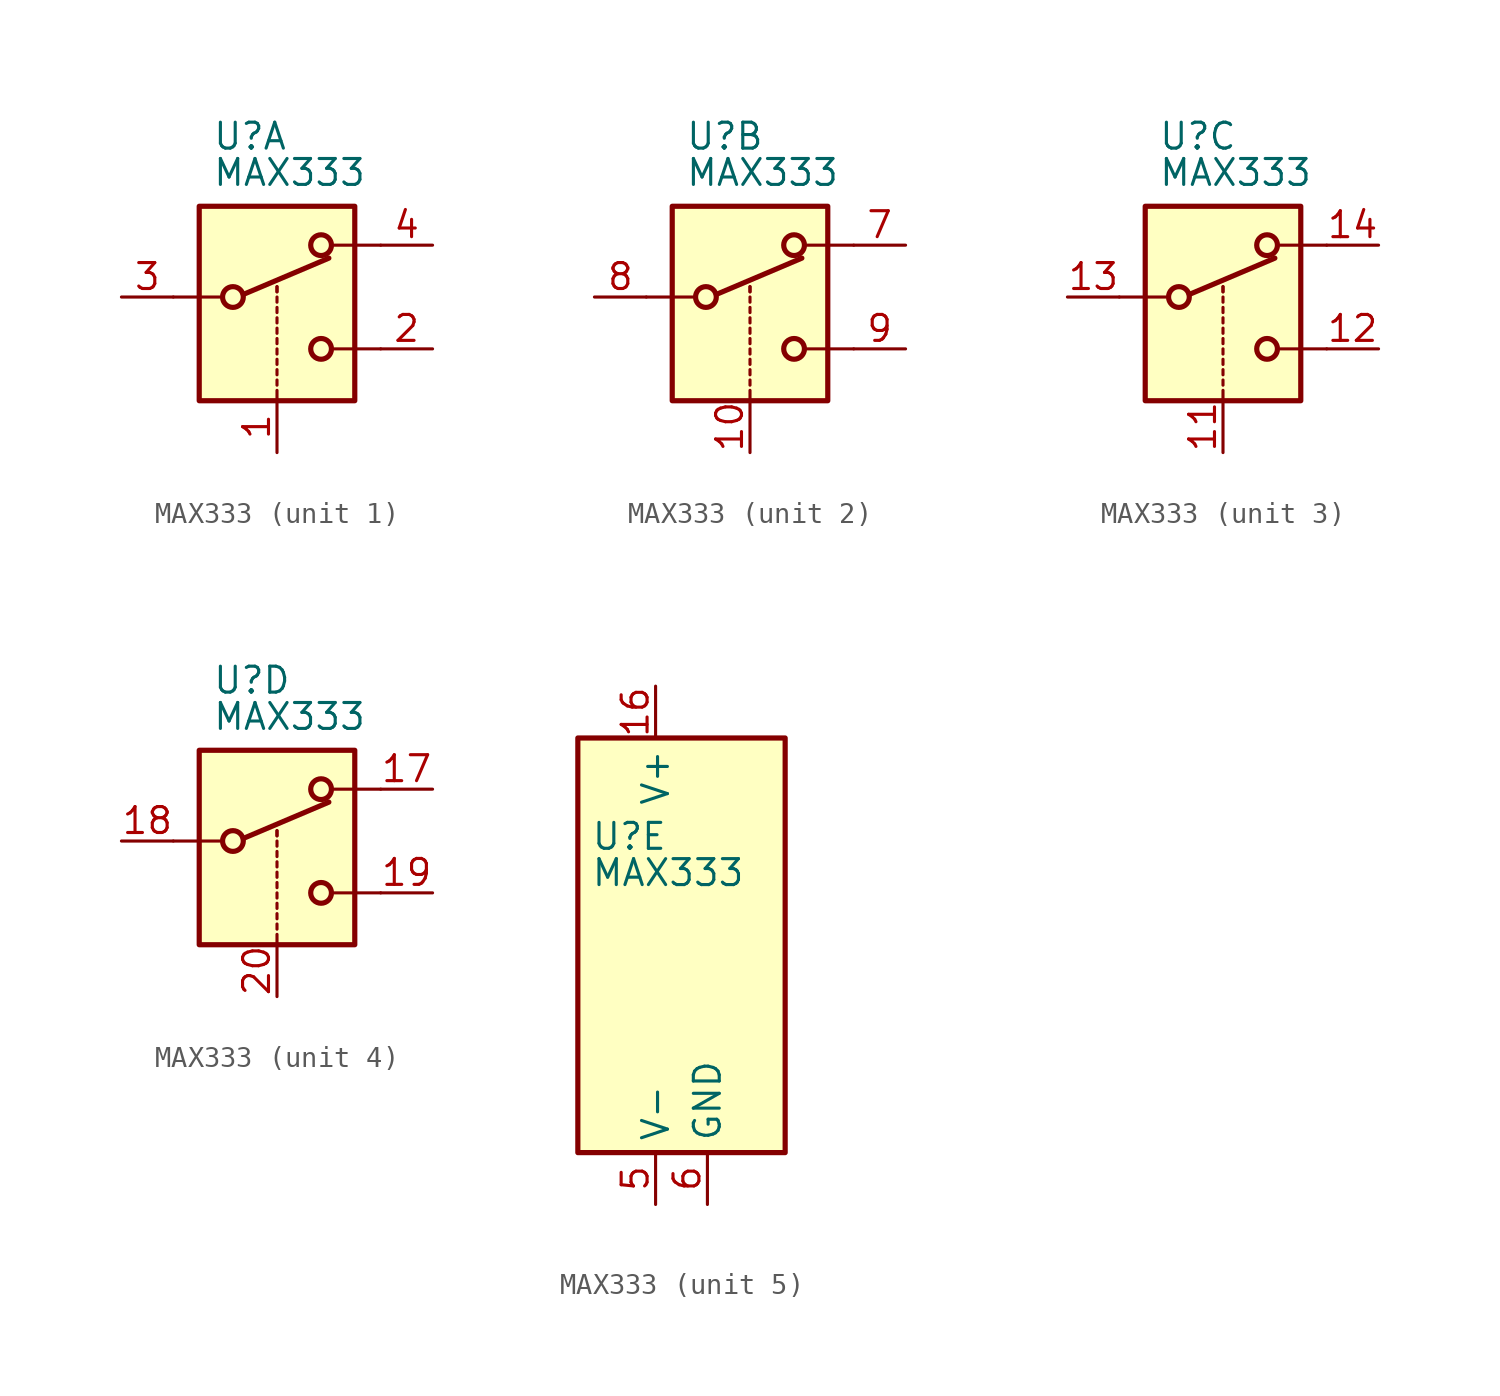
<source format=kicad_sym>
(kicad_symbol_lib
  (version 20220914)
  (generator kicad_symbol_editor)
  (symbol "MAX333"
    (property "Reference" "U"
      (at -3.175 5.334 0)
      (effects (font (size 1.27 1.27)) (justify left)))
    (property "Value" "MAX333"
      (at -3.175 3.556 0)
      (effects (font (size 1.27 1.27)) (justify left)))
    (symbol "MAX333_1_1"
      (rectangle (start -3.81 1.905) (end 3.81 -7.62) (stroke (width 0.254) (type default)) (fill (type background)))
      (circle (center -2.159 -2.54) (radius 0.508) (stroke (width 0.254) (type default)) (fill (type none)))
      (polyline (pts (xy -5.08 -2.54) (xy -2.794 -2.54)) (stroke (width 0) (type default)) (fill (type none)))
      (polyline (pts (xy -1.651 -2.413) (xy 2.54 -0.635)) (stroke (width 0.254) (type default)) (fill (type none)))
      (polyline (pts (xy 0 -7.62) (xy 0 -7.112)) (stroke (width 0) (type default)) (fill (type none)))
      (polyline (pts (xy 0 -6.858) (xy 0 -6.604)) (stroke (width 0) (type default)) (fill (type none)))
      (polyline (pts (xy 0 -6.35) (xy 0 -6.096)) (stroke (width 0) (type default)) (fill (type none)))
      (polyline (pts (xy 0 -5.842) (xy 0 -5.588)) (stroke (width 0) (type default)) (fill (type none)))
      (polyline (pts (xy 0 -5.334) (xy 0 -5.08)) (stroke (width 0) (type default)) (fill (type none)))
      (polyline (pts (xy 0 -4.826) (xy 0 -4.572)) (stroke (width 0) (type default)) (fill (type none)))
      (polyline (pts (xy 0 -4.318) (xy 0 -4.064)) (stroke (width 0) (type default)) (fill (type none)))
      (polyline (pts (xy 0 -3.81) (xy 0 -3.556)) (stroke (width 0) (type default)) (fill (type none)))
      (polyline (pts (xy 0 -3.302) (xy 0 -3.048)) (stroke (width 0) (type default)) (fill (type none)))
      (polyline (pts (xy 0 -2.794) (xy 0 -2.54)) (stroke (width 0) (type default)) (fill (type none)))
      (polyline (pts (xy 0 -2.286) (xy 0 -2.032)) (stroke (width 0) (type default)) (fill (type none)))
      (polyline (pts (xy 0 -2.286) (xy 0 -2.032)) (stroke (width 0) (type default)) (fill (type none)))
      (polyline (pts (xy 5.08 -5.08) (xy 2.794 -5.08)) (stroke (width 0) (type default)) (fill (type none)))
      (polyline (pts (xy 5.08 0) (xy 2.794 0)) (stroke (width 0) (type default)) (fill (type none)))
      (circle (center 2.159 -5.08) (radius 0.508) (stroke (width 0.254) (type default)) (fill (type none)))
      (circle (center 2.159 0) (radius 0.508) (stroke (width 0.254) (type default)) (fill (type none)))
      (pin input line (at 0 -10.16 90) (length 2.54) (name "~" (effects (font (size 1.27 1.27)))) (number "1" (effects (font (size 1.27 1.27)))))
      (pin passive line (at 7.62 -5.08 180) (length 2.54) (name "~" (effects (font (size 1.27 1.27)))) (number "2" (effects (font (size 1.27 1.27)))))
      (pin passive line (at -7.62 -2.54 0) (length 2.54) (name "~" (effects (font (size 1.27 1.27)))) (number "3" (effects (font (size 1.27 1.27)))))
      (pin passive line (at 7.62 0 180) (length 2.54) (name "~" (effects (font (size 1.27 1.27)))) (number "4" (effects (font (size 1.27 1.27))))))
    (symbol "MAX333_2_1"
      (rectangle (start -3.81 1.905) (end 3.81 -7.62) (stroke (width 0.254) (type default)) (fill (type background)))
      (circle (center -2.159 -2.54) (radius 0.508) (stroke (width 0.254) (type default)) (fill (type none)))
      (polyline (pts (xy -5.08 -2.54) (xy -2.794 -2.54)) (stroke (width 0) (type default)) (fill (type none)))
      (polyline (pts (xy -1.651 -2.413) (xy 2.54 -0.635)) (stroke (width 0.254) (type default)) (fill (type none)))
      (polyline (pts (xy 0 -7.62) (xy 0 -7.112)) (stroke (width 0) (type default)) (fill (type none)))
      (polyline (pts (xy 0 -6.858) (xy 0 -6.604)) (stroke (width 0) (type default)) (fill (type none)))
      (polyline (pts (xy 0 -6.35) (xy 0 -6.096)) (stroke (width 0) (type default)) (fill (type none)))
      (polyline (pts (xy 0 -5.842) (xy 0 -5.588)) (stroke (width 0) (type default)) (fill (type none)))
      (polyline (pts (xy 0 -5.334) (xy 0 -5.08)) (stroke (width 0) (type default)) (fill (type none)))
      (polyline (pts (xy 0 -4.826) (xy 0 -4.572)) (stroke (width 0) (type default)) (fill (type none)))
      (polyline (pts (xy 0 -4.318) (xy 0 -4.064)) (stroke (width 0) (type default)) (fill (type none)))
      (polyline (pts (xy 0 -3.81) (xy 0 -3.556)) (stroke (width 0) (type default)) (fill (type none)))
      (polyline (pts (xy 0 -3.302) (xy 0 -3.048)) (stroke (width 0) (type default)) (fill (type none)))
      (polyline (pts (xy 0 -2.794) (xy 0 -2.54)) (stroke (width 0) (type default)) (fill (type none)))
      (polyline (pts (xy 0 -2.286) (xy 0 -2.032)) (stroke (width 0) (type default)) (fill (type none)))
      (polyline (pts (xy 0 -2.286) (xy 0 -2.032)) (stroke (width 0) (type default)) (fill (type none)))
      (polyline (pts (xy 5.08 -5.08) (xy 2.794 -5.08)) (stroke (width 0) (type default)) (fill (type none)))
      (polyline (pts (xy 5.08 0) (xy 2.794 0)) (stroke (width 0) (type default)) (fill (type none)))
      (circle (center 2.159 -5.08) (radius 0.508) (stroke (width 0.254) (type default)) (fill (type none)))
      (circle (center 2.159 0) (radius 0.508) (stroke (width 0.254) (type default)) (fill (type none)))
      (pin input line (at 0 -10.16 90) (length 2.54) (name "~" (effects (font (size 1.27 1.27)))) (number "10" (effects (font (size 1.27 1.27)))))
      (pin passive line (at 7.62 0 180) (length 2.54) (name "~" (effects (font (size 1.27 1.27)))) (number "7" (effects (font (size 1.27 1.27)))))
      (pin passive line (at -7.62 -2.54 0) (length 2.54) (name "~" (effects (font (size 1.27 1.27)))) (number "8" (effects (font (size 1.27 1.27)))))
      (pin passive line (at 7.62 -5.08 180) (length 2.54) (name "~" (effects (font (size 1.27 1.27)))) (number "9" (effects (font (size 1.27 1.27))))))
    (symbol "MAX333_3_1"
      (rectangle (start -3.81 1.905) (end 3.81 -7.62) (stroke (width 0.254) (type default)) (fill (type background)))
      (circle (center -2.159 -2.54) (radius 0.508) (stroke (width 0.254) (type default)) (fill (type none)))
      (polyline (pts (xy -5.08 -2.54) (xy -2.794 -2.54)) (stroke (width 0) (type default)) (fill (type none)))
      (polyline (pts (xy -1.651 -2.413) (xy 2.54 -0.635)) (stroke (width 0.254) (type default)) (fill (type none)))
      (polyline (pts (xy 0 -7.62) (xy 0 -7.112)) (stroke (width 0) (type default)) (fill (type none)))
      (polyline (pts (xy 0 -6.858) (xy 0 -6.604)) (stroke (width 0) (type default)) (fill (type none)))
      (polyline (pts (xy 0 -6.35) (xy 0 -6.096)) (stroke (width 0) (type default)) (fill (type none)))
      (polyline (pts (xy 0 -5.842) (xy 0 -5.588)) (stroke (width 0) (type default)) (fill (type none)))
      (polyline (pts (xy 0 -5.334) (xy 0 -5.08)) (stroke (width 0) (type default)) (fill (type none)))
      (polyline (pts (xy 0 -4.826) (xy 0 -4.572)) (stroke (width 0) (type default)) (fill (type none)))
      (polyline (pts (xy 0 -4.318) (xy 0 -4.064)) (stroke (width 0) (type default)) (fill (type none)))
      (polyline (pts (xy 0 -3.81) (xy 0 -3.556)) (stroke (width 0) (type default)) (fill (type none)))
      (polyline (pts (xy 0 -3.302) (xy 0 -3.048)) (stroke (width 0) (type default)) (fill (type none)))
      (polyline (pts (xy 0 -2.794) (xy 0 -2.54)) (stroke (width 0) (type default)) (fill (type none)))
      (polyline (pts (xy 0 -2.286) (xy 0 -2.032)) (stroke (width 0) (type default)) (fill (type none)))
      (polyline (pts (xy 0 -2.286) (xy 0 -2.032)) (stroke (width 0) (type default)) (fill (type none)))
      (polyline (pts (xy 5.08 -5.08) (xy 2.794 -5.08)) (stroke (width 0) (type default)) (fill (type none)))
      (polyline (pts (xy 5.08 0) (xy 2.794 0)) (stroke (width 0) (type default)) (fill (type none)))
      (circle (center 2.159 -5.08) (radius 0.508) (stroke (width 0.254) (type default)) (fill (type none)))
      (circle (center 2.159 0) (radius 0.508) (stroke (width 0.254) (type default)) (fill (type none)))
      (pin input line (at 0 -10.16 90) (length 2.54) (name "~" (effects (font (size 1.27 1.27)))) (number "11" (effects (font (size 1.27 1.27)))))
      (pin passive line (at 7.62 -5.08 180) (length 2.54) (name "~" (effects (font (size 1.27 1.27)))) (number "12" (effects (font (size 1.27 1.27)))))
      (pin passive line (at -7.62 -2.54 0) (length 2.54) (name "~" (effects (font (size 1.27 1.27)))) (number "13" (effects (font (size 1.27 1.27)))))
      (pin passive line (at 7.62 0 180) (length 2.54) (name "~" (effects (font (size 1.27 1.27)))) (number "14" (effects (font (size 1.27 1.27))))))
    (symbol "MAX333_4_1"
      (rectangle (start -3.81 1.905) (end 3.81 -7.62) (stroke (width 0.254) (type default)) (fill (type background)))
      (circle (center -2.159 -2.54) (radius 0.508) (stroke (width 0.254) (type default)) (fill (type none)))
      (polyline (pts (xy -5.08 -2.54) (xy -2.794 -2.54)) (stroke (width 0) (type default)) (fill (type none)))
      (polyline (pts (xy -1.651 -2.413) (xy 2.54 -0.635)) (stroke (width 0.254) (type default)) (fill (type none)))
      (polyline (pts (xy 0 -7.62) (xy 0 -7.112)) (stroke (width 0) (type default)) (fill (type none)))
      (polyline (pts (xy 0 -6.858) (xy 0 -6.604)) (stroke (width 0) (type default)) (fill (type none)))
      (polyline (pts (xy 0 -6.35) (xy 0 -6.096)) (stroke (width 0) (type default)) (fill (type none)))
      (polyline (pts (xy 0 -5.842) (xy 0 -5.588)) (stroke (width 0) (type default)) (fill (type none)))
      (polyline (pts (xy 0 -5.334) (xy 0 -5.08)) (stroke (width 0) (type default)) (fill (type none)))
      (polyline (pts (xy 0 -4.826) (xy 0 -4.572)) (stroke (width 0) (type default)) (fill (type none)))
      (polyline (pts (xy 0 -4.318) (xy 0 -4.064)) (stroke (width 0) (type default)) (fill (type none)))
      (polyline (pts (xy 0 -3.81) (xy 0 -3.556)) (stroke (width 0) (type default)) (fill (type none)))
      (polyline (pts (xy 0 -3.302) (xy 0 -3.048)) (stroke (width 0) (type default)) (fill (type none)))
      (polyline (pts (xy 0 -2.794) (xy 0 -2.54)) (stroke (width 0) (type default)) (fill (type none)))
      (polyline (pts (xy 0 -2.286) (xy 0 -2.032)) (stroke (width 0) (type default)) (fill (type none)))
      (polyline (pts (xy 0 -2.286) (xy 0 -2.032)) (stroke (width 0) (type default)) (fill (type none)))
      (polyline (pts (xy 5.08 -5.08) (xy 2.794 -5.08)) (stroke (width 0) (type default)) (fill (type none)))
      (polyline (pts (xy 5.08 0) (xy 2.794 0)) (stroke (width 0) (type default)) (fill (type none)))
      (circle (center 2.159 -5.08) (radius 0.508) (stroke (width 0.254) (type default)) (fill (type none)))
      (circle (center 2.159 0) (radius 0.508) (stroke (width 0.254) (type default)) (fill (type none)))
      (pin passive line (at 7.62 0 180) (length 2.54) (name "~" (effects (font (size 1.27 1.27)))) (number "17" (effects (font (size 1.27 1.27)))))
      (pin passive line (at -7.62 -2.54 0) (length 2.54) (name "~" (effects (font (size 1.27 1.27)))) (number "18" (effects (font (size 1.27 1.27)))))
      (pin passive line (at 7.62 -5.08 180) (length 2.54) (name "~" (effects (font (size 1.27 1.27)))) (number "19" (effects (font (size 1.27 1.27)))))
      (pin input line (at 0 -10.16 90) (length 2.54) (name "~" (effects (font (size 1.27 1.27)))) (number "20" (effects (font (size 1.27 1.27))))))
    (symbol "MAX333_5_0"
      (pin no_connect line (at 2.54 10.16 270) (length 2.54) hide (name "NC" (effects (font (size 1.27 1.27)))) (number "15" (effects (font (size 1.27 1.27)))))
      (pin power_in line (at 0 12.7 270) (length 2.54) (name "V+" (effects (font (size 1.27 1.27)))) (number "16" (effects (font (size 1.27 1.27)))))
      (pin power_in line (at 0 -12.7 90) (length 2.54) (name "V-" (effects (font (size 1.27 1.27)))) (number "5" (effects (font (size 1.27 1.27)))))
      (pin power_in line (at 2.54 -12.7 90) (length 2.54) (name "GND" (effects (font (size 1.27 1.27)))) (number "6" (effects (font (size 1.27 1.27))))))
    (symbol "MAX333_5_1"
      (rectangle (start -3.81 10.16) (end 6.35 -10.16) (stroke (width 0.254) (type default)) (fill (type background))))))
</source>
